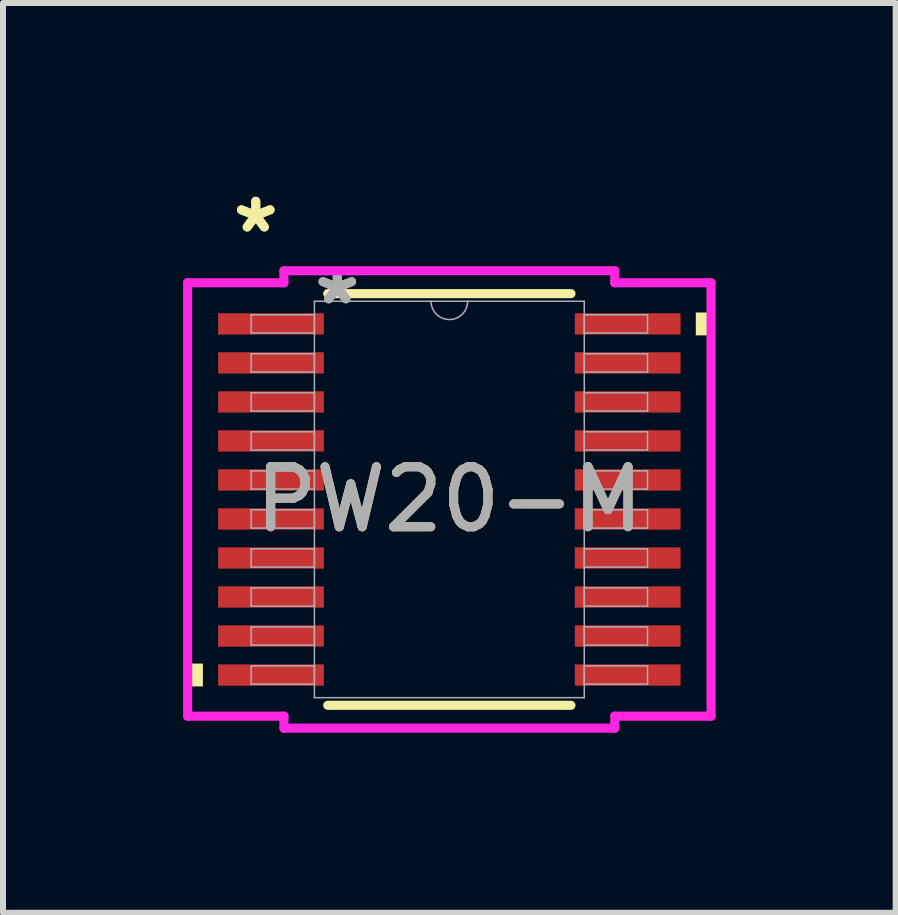
<source format=kicad_pcb>
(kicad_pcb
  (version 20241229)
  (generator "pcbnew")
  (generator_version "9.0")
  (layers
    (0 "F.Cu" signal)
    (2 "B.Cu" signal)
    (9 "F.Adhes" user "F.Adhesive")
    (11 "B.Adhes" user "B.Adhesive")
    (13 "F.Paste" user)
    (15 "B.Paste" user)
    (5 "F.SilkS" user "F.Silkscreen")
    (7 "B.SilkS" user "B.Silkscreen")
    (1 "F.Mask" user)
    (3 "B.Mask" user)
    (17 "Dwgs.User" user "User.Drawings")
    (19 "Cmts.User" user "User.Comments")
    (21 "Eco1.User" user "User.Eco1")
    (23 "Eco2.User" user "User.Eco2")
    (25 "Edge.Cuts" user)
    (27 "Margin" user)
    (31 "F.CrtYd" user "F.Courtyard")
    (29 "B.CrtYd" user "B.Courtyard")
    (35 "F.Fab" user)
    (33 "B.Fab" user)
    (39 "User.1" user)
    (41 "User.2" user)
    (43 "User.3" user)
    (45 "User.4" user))
  (footprint "PW20-M"
    (layer "F.Cu")
    (at 4.436 5.271)
    (property "Reference" "PW20-M" (at 0 0 0) (unlocked yes) (layer "F.SilkS") (effects (font (size 1 1) (thickness 0.15))))
    (attr smd)
    (fp_line (start -2.026 3.429) (end 2.026 3.429) (stroke (width 0.152) (type solid)) (layer "F.SilkS"))
    (fp_line (start 2.026 -3.429) (end -2.026 -3.429) (stroke (width 0.152) (type solid)) (layer "F.SilkS"))
    (fp_poly (pts (xy -4.36 2.734) (xy -4.36 3.115) (xy -4.106 3.115) (xy -4.106 2.734)) (stroke (width 0) (type solid)) (fill yes) (layer "F.SilkS"))
    (fp_poly (pts (xy 4.36 -3.115) (xy 4.36 -2.734) (xy 4.106 -2.734) (xy 4.106 -3.115)) (stroke (width 0) (type solid)) (fill yes) (layer "F.SilkS"))
    (fp_line (start -4.36 -3.61) (end -2.756 -3.61) (stroke (width 0.152) (type solid)) (layer "F.CrtYd"))
    (fp_line (start -4.36 3.61) (end -4.36 -3.61) (stroke (width 0.152) (type solid)) (layer "F.CrtYd"))
    (fp_line (start -4.36 3.61) (end -2.756 3.61) (stroke (width 0.152) (type solid)) (layer "F.CrtYd"))
    (fp_line (start -2.756 -3.81) (end 2.756 -3.81) (stroke (width 0.152) (type solid)) (layer "F.CrtYd"))
    (fp_line (start -2.756 -3.61) (end -2.756 -3.81) (stroke (width 0.152) (type solid)) (layer "F.CrtYd"))
    (fp_line (start -2.756 3.81) (end -2.756 3.61) (stroke (width 0.152) (type solid)) (layer "F.CrtYd"))
    (fp_line (start 2.756 -3.81) (end 2.756 -3.61) (stroke (width 0.152) (type solid)) (layer "F.CrtYd"))
    (fp_line (start 2.756 3.61) (end 2.756 3.81) (stroke (width 0.152) (type solid)) (layer "F.CrtYd"))
    (fp_line (start 2.756 3.81) (end -2.756 3.81) (stroke (width 0.152) (type solid)) (layer "F.CrtYd"))
    (fp_line (start 4.36 -3.61) (end 2.756 -3.61) (stroke (width 0.152) (type solid)) (layer "F.CrtYd"))
    (fp_line (start 4.36 -3.61) (end 4.36 3.61) (stroke (width 0.152) (type solid)) (layer "F.CrtYd"))
    (fp_line (start 4.36 3.61) (end 2.756 3.61) (stroke (width 0.152) (type solid)) (layer "F.CrtYd"))
    (fp_line (start -3.302 -3.077) (end -3.302 -2.773) (stroke (width 0.025) (type solid)) (layer "F.Fab"))
    (fp_line (start -3.302 -2.773) (end -2.248 -2.773) (stroke (width 0.025) (type solid)) (layer "F.Fab"))
    (fp_line (start -3.302 -2.427) (end -3.302 -2.123) (stroke (width 0.025) (type solid)) (layer "F.Fab"))
    (fp_line (start -3.302 -2.123) (end -2.248 -2.123) (stroke (width 0.025) (type solid)) (layer "F.Fab"))
    (fp_line (start -3.302 -1.777) (end -3.302 -1.473) (stroke (width 0.025) (type solid)) (layer "F.Fab"))
    (fp_line (start -3.302 -1.473) (end -2.248 -1.473) (stroke (width 0.025) (type solid)) (layer "F.Fab"))
    (fp_line (start -3.302 -1.127) (end -3.302 -0.823) (stroke (width 0.025) (type solid)) (layer "F.Fab"))
    (fp_line (start -3.302 -0.823) (end -2.248 -0.823) (stroke (width 0.025) (type solid)) (layer "F.Fab"))
    (fp_line (start -3.302 -0.477) (end -3.302 -0.173) (stroke (width 0.025) (type solid)) (layer "F.Fab"))
    (fp_line (start -3.302 -0.173) (end -2.248 -0.173) (stroke (width 0.025) (type solid)) (layer "F.Fab"))
    (fp_line (start -3.302 0.173) (end -3.302 0.477) (stroke (width 0.025) (type solid)) (layer "F.Fab"))
    (fp_line (start -3.302 0.477) (end -2.248 0.477) (stroke (width 0.025) (type solid)) (layer "F.Fab"))
    (fp_line (start -3.302 0.823) (end -3.302 1.127) (stroke (width 0.025) (type solid)) (layer "F.Fab"))
    (fp_line (start -3.302 1.127) (end -2.248 1.127) (stroke (width 0.025) (type solid)) (layer "F.Fab"))
    (fp_line (start -3.302 1.473) (end -3.302 1.777) (stroke (width 0.025) (type solid)) (layer "F.Fab"))
    (fp_line (start -3.302 1.777) (end -2.248 1.777) (stroke (width 0.025) (type solid)) (layer "F.Fab"))
    (fp_line (start -3.302 2.123) (end -3.302 2.427) (stroke (width 0.025) (type solid)) (layer "F.Fab"))
    (fp_line (start -3.302 2.427) (end -2.248 2.427) (stroke (width 0.025) (type solid)) (layer "F.Fab"))
    (fp_line (start -3.302 2.773) (end -3.302 3.077) (stroke (width 0.025) (type solid)) (layer "F.Fab"))
    (fp_line (start -3.302 3.077) (end -2.248 3.077) (stroke (width 0.025) (type solid)) (layer "F.Fab"))
    (fp_line (start -2.248 -3.302) (end -2.248 3.302) (stroke (width 0.025) (type solid)) (layer "F.Fab"))
    (fp_line (start -2.248 -3.077) (end -3.302 -3.077) (stroke (width 0.025) (type solid)) (layer "F.Fab"))
    (fp_line (start -2.248 -2.773) (end -2.248 -3.077) (stroke (width 0.025) (type solid)) (layer "F.Fab"))
    (fp_line (start -2.248 -2.427) (end -3.302 -2.427) (stroke (width 0.025) (type solid)) (layer "F.Fab"))
    (fp_line (start -2.248 -2.123) (end -2.248 -2.427) (stroke (width 0.025) (type solid)) (layer "F.Fab"))
    (fp_line (start -2.248 -1.777) (end -3.302 -1.777) (stroke (width 0.025) (type solid)) (layer "F.Fab"))
    (fp_line (start -2.248 -1.473) (end -2.248 -1.777) (stroke (width 0.025) (type solid)) (layer "F.Fab"))
    (fp_line (start -2.248 -1.127) (end -3.302 -1.127) (stroke (width 0.025) (type solid)) (layer "F.Fab"))
    (fp_line (start -2.248 -0.823) (end -2.248 -1.127) (stroke (width 0.025) (type solid)) (layer "F.Fab"))
    (fp_line (start -2.248 -0.477) (end -3.302 -0.477) (stroke (width 0.025) (type solid)) (layer "F.Fab"))
    (fp_line (start -2.248 -0.173) (end -2.248 -0.477) (stroke (width 0.025) (type solid)) (layer "F.Fab"))
    (fp_line (start -2.248 0.173) (end -3.302 0.173) (stroke (width 0.025) (type solid)) (layer "F.Fab"))
    (fp_line (start -2.248 0.477) (end -2.248 0.173) (stroke (width 0.025) (type solid)) (layer "F.Fab"))
    (fp_line (start -2.248 0.823) (end -3.302 0.823) (stroke (width 0.025) (type solid)) (layer "F.Fab"))
    (fp_line (start -2.248 1.127) (end -2.248 0.823) (stroke (width 0.025) (type solid)) (layer "F.Fab"))
    (fp_line (start -2.248 1.473) (end -3.302 1.473) (stroke (width 0.025) (type solid)) (layer "F.Fab"))
    (fp_line (start -2.248 1.777) (end -2.248 1.473) (stroke (width 0.025) (type solid)) (layer "F.Fab"))
    (fp_line (start -2.248 2.123) (end -3.302 2.123) (stroke (width 0.025) (type solid)) (layer "F.Fab"))
    (fp_line (start -2.248 2.427) (end -2.248 2.123) (stroke (width 0.025) (type solid)) (layer "F.Fab"))
    (fp_line (start -2.248 2.773) (end -3.302 2.773) (stroke (width 0.025) (type solid)) (layer "F.Fab"))
    (fp_line (start -2.248 3.077) (end -2.248 2.773) (stroke (width 0.025) (type solid)) (layer "F.Fab"))
    (fp_line (start -2.248 3.302) (end 2.248 3.302) (stroke (width 0.025) (type solid)) (layer "F.Fab"))
    (fp_line (start 2.248 -3.302) (end -2.248 -3.302) (stroke (width 0.025) (type solid)) (layer "F.Fab"))
    (fp_line (start 2.248 -3.077) (end 2.248 -2.773) (stroke (width 0.025) (type solid)) (layer "F.Fab"))
    (fp_line (start 2.248 -2.773) (end 3.302 -2.773) (stroke (width 0.025) (type solid)) (layer "F.Fab"))
    (fp_line (start 2.248 -2.427) (end 2.248 -2.123) (stroke (width 0.025) (type solid)) (layer "F.Fab"))
    (fp_line (start 2.248 -2.123) (end 3.302 -2.123) (stroke (width 0.025) (type solid)) (layer "F.Fab"))
    (fp_line (start 2.248 -1.777) (end 2.248 -1.473) (stroke (width 0.025) (type solid)) (layer "F.Fab"))
    (fp_line (start 2.248 -1.473) (end 3.302 -1.473) (stroke (width 0.025) (type solid)) (layer "F.Fab"))
    (fp_line (start 2.248 -1.127) (end 2.248 -0.823) (stroke (width 0.025) (type solid)) (layer "F.Fab"))
    (fp_line (start 2.248 -0.823) (end 3.302 -0.823) (stroke (width 0.025) (type solid)) (layer "F.Fab"))
    (fp_line (start 2.248 -0.477) (end 2.248 -0.173) (stroke (width 0.025) (type solid)) (layer "F.Fab"))
    (fp_line (start 2.248 -0.173) (end 3.302 -0.173) (stroke (width 0.025) (type solid)) (layer "F.Fab"))
    (fp_line (start 2.248 0.173) (end 2.248 0.477) (stroke (width 0.025) (type solid)) (layer "F.Fab"))
    (fp_line (start 2.248 0.477) (end 3.302 0.477) (stroke (width 0.025) (type solid)) (layer "F.Fab"))
    (fp_line (start 2.248 0.823) (end 2.248 1.127) (stroke (width 0.025) (type solid)) (layer "F.Fab"))
    (fp_line (start 2.248 1.127) (end 3.302 1.127) (stroke (width 0.025) (type solid)) (layer "F.Fab"))
    (fp_line (start 2.248 1.473) (end 2.248 1.777) (stroke (width 0.025) (type solid)) (layer "F.Fab"))
    (fp_line (start 2.248 1.777) (end 3.302 1.777) (stroke (width 0.025) (type solid)) (layer "F.Fab"))
    (fp_line (start 2.248 2.123) (end 2.248 2.427) (stroke (width 0.025) (type solid)) (layer "F.Fab"))
    (fp_line (start 2.248 2.427) (end 3.302 2.427) (stroke (width 0.025) (type solid)) (layer "F.Fab"))
    (fp_line (start 2.248 2.773) (end 2.248 3.077) (stroke (width 0.025) (type solid)) (layer "F.Fab"))
    (fp_line (start 2.248 3.077) (end 3.302 3.077) (stroke (width 0.025) (type solid)) (layer "F.Fab"))
    (fp_line (start 2.248 3.302) (end 2.248 -3.302) (stroke (width 0.025) (type solid)) (layer "F.Fab"))
    (fp_line (start 3.302 -3.077) (end 2.248 -3.077) (stroke (width 0.025) (type solid)) (layer "F.Fab"))
    (fp_line (start 3.302 -2.773) (end 3.302 -3.077) (stroke (width 0.025) (type solid)) (layer "F.Fab"))
    (fp_line (start 3.302 -2.427) (end 2.248 -2.427) (stroke (width 0.025) (type solid)) (layer "F.Fab"))
    (fp_line (start 3.302 -2.123) (end 3.302 -2.427) (stroke (width 0.025) (type solid)) (layer "F.Fab"))
    (fp_line (start 3.302 -1.777) (end 2.248 -1.777) (stroke (width 0.025) (type solid)) (layer "F.Fab"))
    (fp_line (start 3.302 -1.473) (end 3.302 -1.777) (stroke (width 0.025) (type solid)) (layer "F.Fab"))
    (fp_line (start 3.302 -1.127) (end 2.248 -1.127) (stroke (width 0.025) (type solid)) (layer "F.Fab"))
    (fp_line (start 3.302 -0.823) (end 3.302 -1.127) (stroke (width 0.025) (type solid)) (layer "F.Fab"))
    (fp_line (start 3.302 -0.477) (end 2.248 -0.477) (stroke (width 0.025) (type solid)) (layer "F.Fab"))
    (fp_line (start 3.302 -0.173) (end 3.302 -0.477) (stroke (width 0.025) (type solid)) (layer "F.Fab"))
    (fp_line (start 3.302 0.173) (end 2.248 0.173) (stroke (width 0.025) (type solid)) (layer "F.Fab"))
    (fp_line (start 3.302 0.477) (end 3.302 0.173) (stroke (width 0.025) (type solid)) (layer "F.Fab"))
    (fp_line (start 3.302 0.823) (end 2.248 0.823) (stroke (width 0.025) (type solid)) (layer "F.Fab"))
    (fp_line (start 3.302 1.127) (end 3.302 0.823) (stroke (width 0.025) (type solid)) (layer "F.Fab"))
    (fp_line (start 3.302 1.473) (end 2.248 1.473) (stroke (width 0.025) (type solid)) (layer "F.Fab"))
    (fp_line (start 3.302 1.777) (end 3.302 1.473) (stroke (width 0.025) (type solid)) (layer "F.Fab"))
    (fp_line (start 3.302 2.123) (end 2.248 2.123) (stroke (width 0.025) (type solid)) (layer "F.Fab"))
    (fp_line (start 3.302 2.427) (end 3.302 2.123) (stroke (width 0.025) (type solid)) (layer "F.Fab"))
    (fp_line (start 3.302 2.773) (end 2.248 2.773) (stroke (width 0.025) (type solid)) (layer "F.Fab"))
    (fp_line (start 3.302 3.077) (end 3.302 2.773) (stroke (width 0.025) (type solid)) (layer "F.Fab"))
    (fp_arc (start 0.3048 -3.302) (mid 0 -2.9972) (end -0.3048 -3.302) (stroke (width 0.0254) (type solid)) (layer "F.Fab"))
    (fp_text user "*" (at -3.225 -4.423 0) (layer "F.SilkS") (effects (font (size 1 1) (thickness 0.15))))
    (fp_text user "*" (at -3.225 -4.423 0) (unlocked yes) (layer "F.SilkS") (effects (font (size 1 1) (thickness 0.15))))
    (fp_text user "${REFERENCE}" (at 0 0 0) (unlocked yes) (layer "F.Fab") (effects (font (size 1 1) (thickness 0.15))))
    (fp_text user "*" (at -1.867 -3.226 0) (unlocked yes) (layer "F.Fab") (effects (font (size 1 1) (thickness 0.15))))
    (fp_text user "*" (at -1.867 -3.226 0) (layer "F.Fab") (effects (font (size 1 1) (thickness 0.15))))
    (pad "1" smd rect (at -2.971 -2.925) (size 1.762 0.355) (layers "F.Cu" "F.Mask" "F.Paste"))
    (pad "2" smd rect (at -2.971 -2.275) (size 1.762 0.355) (layers "F.Cu" "F.Mask" "F.Paste"))
    (pad "3" smd rect (at -2.971 -1.625) (size 1.762 0.355) (layers "F.Cu" "F.Mask" "F.Paste"))
    (pad "4" smd rect (at -2.971 -0.975) (size 1.762 0.355) (layers "F.Cu" "F.Mask" "F.Paste"))
    (pad "5" smd rect (at -2.971 -0.325) (size 1.762 0.355) (layers "F.Cu" "F.Mask" "F.Paste"))
    (pad "6" smd rect (at -2.971 0.325) (size 1.762 0.355) (layers "F.Cu" "F.Mask" "F.Paste"))
    (pad "7" smd rect (at -2.971 0.975) (size 1.762 0.355) (layers "F.Cu" "F.Mask" "F.Paste"))
    (pad "8" smd rect (at -2.971 1.625) (size 1.762 0.355) (layers "F.Cu" "F.Mask" "F.Paste"))
    (pad "9" smd rect (at -2.971 2.275) (size 1.762 0.355) (layers "F.Cu" "F.Mask" "F.Paste"))
    (pad "10" smd rect (at -2.971 2.925) (size 1.762 0.355) (layers "F.Cu" "F.Mask" "F.Paste"))
    (pad "11" smd rect (at 2.971 2.925) (size 1.762 0.355) (layers "F.Cu" "F.Mask" "F.Paste"))
    (pad "12" smd rect (at 2.971 2.275) (size 1.762 0.355) (layers "F.Cu" "F.Mask" "F.Paste"))
    (pad "13" smd rect (at 2.971 1.625) (size 1.762 0.355) (layers "F.Cu" "F.Mask" "F.Paste"))
    (pad "14" smd rect (at 2.971 0.975) (size 1.762 0.355) (layers "F.Cu" "F.Mask" "F.Paste"))
    (pad "15" smd rect (at 2.971 0.325) (size 1.762 0.355) (layers "F.Cu" "F.Mask" "F.Paste"))
    (pad "16" smd rect (at 2.971 -0.325) (size 1.762 0.355) (layers "F.Cu" "F.Mask" "F.Paste"))
    (pad "17" smd rect (at 2.971 -0.975) (size 1.762 0.355) (layers "F.Cu" "F.Mask" "F.Paste"))
    (pad "18" smd rect (at 2.971 -1.625) (size 1.762 0.355) (layers "F.Cu" "F.Mask" "F.Paste"))
    (pad "19" smd rect (at 2.971 -2.275) (size 1.762 0.355) (layers "F.Cu" "F.Mask" "F.Paste"))
    (pad "20" smd rect (at 2.971 -2.925) (size 1.762 0.355) (layers "F.Cu" "F.Mask" "F.Paste")))
  (gr_rect
    (start -3 -3)
    (end 11.872 12.157)
    (stroke (width 0.1) (type default))
    (fill no)
    (layer "Edge.Cuts")))
</source>
